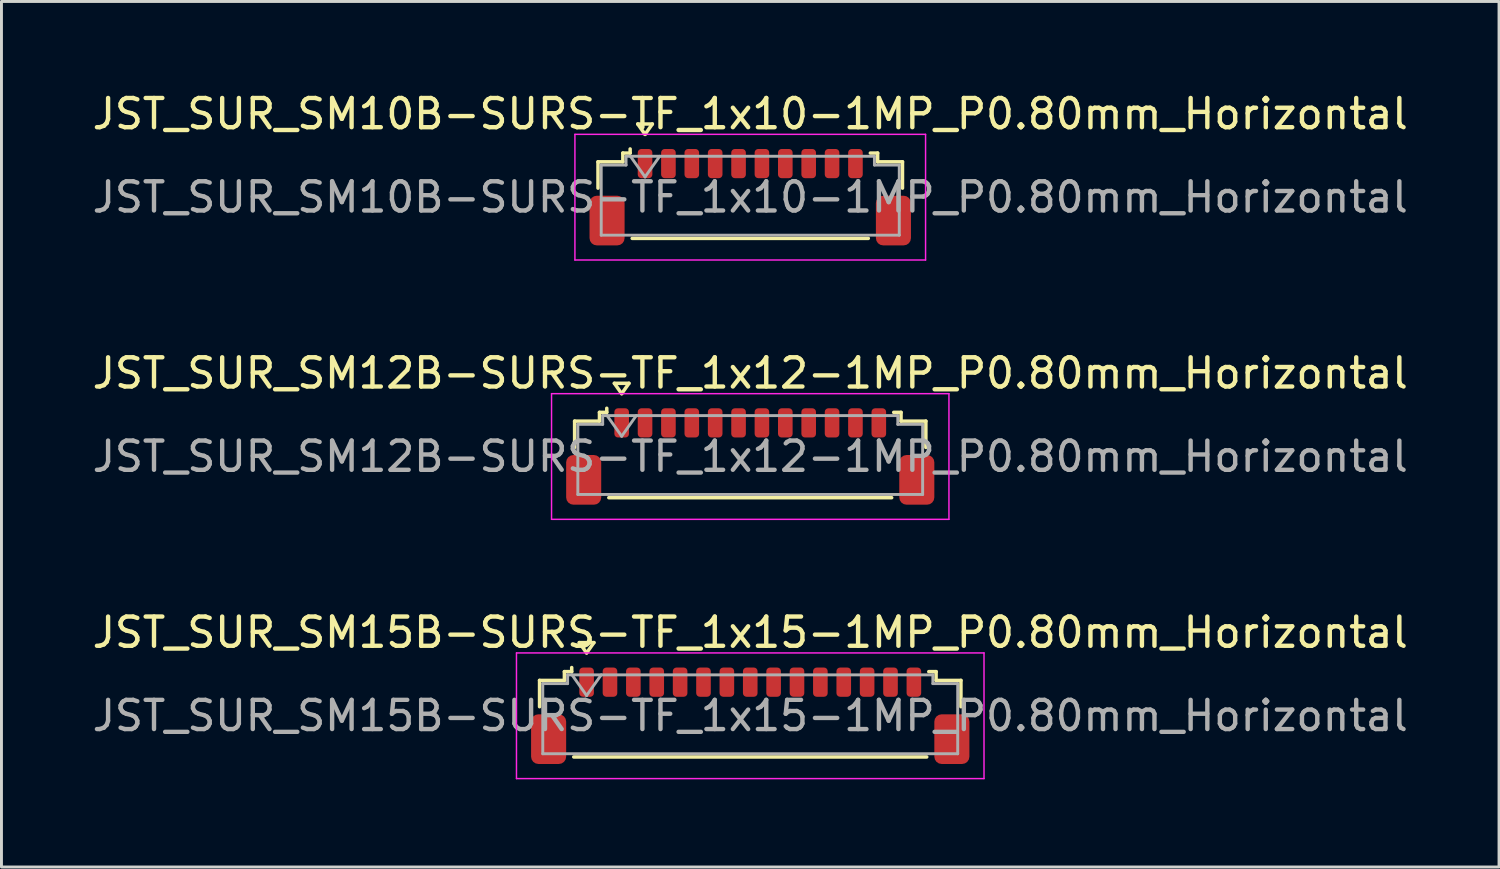
<source format=kicad_pcb>
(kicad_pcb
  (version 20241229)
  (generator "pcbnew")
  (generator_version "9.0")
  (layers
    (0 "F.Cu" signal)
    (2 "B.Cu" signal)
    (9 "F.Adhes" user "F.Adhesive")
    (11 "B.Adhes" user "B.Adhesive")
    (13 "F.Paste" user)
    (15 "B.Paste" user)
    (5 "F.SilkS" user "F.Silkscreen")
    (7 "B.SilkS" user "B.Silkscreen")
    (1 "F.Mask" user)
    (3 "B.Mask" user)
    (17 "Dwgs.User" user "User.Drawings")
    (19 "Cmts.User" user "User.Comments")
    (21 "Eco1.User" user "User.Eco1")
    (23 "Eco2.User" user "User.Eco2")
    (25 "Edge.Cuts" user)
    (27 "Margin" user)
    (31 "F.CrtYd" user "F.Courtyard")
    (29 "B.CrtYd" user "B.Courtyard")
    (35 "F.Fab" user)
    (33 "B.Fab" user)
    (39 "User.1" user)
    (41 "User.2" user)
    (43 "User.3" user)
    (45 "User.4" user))
  (footprint "JST_SUR_SM15B-SURS-TF_1x15-1MP_P0.80mm_Horizontal"
    (layer "F.Cu")
    (at 22.625 21.445)
    (property "Reference" "JST_SUR_SM15B-SURS-TF_1x15-1MP_P0.80mm_Horizontal" (at 0 -2.85 0) (layer "F.SilkS") (effects (font (size 1 1) (thickness 0.15))))
    (attr smd)
    (fp_line (start -7.21 -1.21) (end -6.36 -1.21) (stroke (width 0.12) (type solid)) (layer "F.SilkS"))
    (fp_line (start -7.21 -0.31) (end -7.21 -1.21) (stroke (width 0.12) (type solid)) (layer "F.SilkS"))
    (fp_line (start -6.36 -1.51) (end -6.11 -1.51) (stroke (width 0.12) (type solid)) (layer "F.SilkS"))
    (fp_line (start -6.36 -1.21) (end -6.36 -1.51) (stroke (width 0.12) (type solid)) (layer "F.SilkS"))
    (fp_line (start -6.11 -1.51) (end -6.11 -1.65) (stroke (width 0.12) (type solid)) (layer "F.SilkS"))
    (fp_line (start -6.04 1.41) (end 6.04 1.41) (stroke (width 0.12) (type solid)) (layer "F.SilkS"))
    (fp_line (start -5.85 -2.504) (end -5.6 -2.15) (stroke (width 0.12) (type solid)) (layer "F.SilkS"))
    (fp_line (start -5.6 -2.15) (end -5.35 -2.504) (stroke (width 0.12) (type solid)) (layer "F.SilkS"))
    (fp_line (start -5.35 -2.504) (end -5.85 -2.504) (stroke (width 0.12) (type solid)) (layer "F.SilkS"))
    (fp_line (start 6.36 -1.51) (end 6.11 -1.51) (stroke (width 0.12) (type solid)) (layer "F.SilkS"))
    (fp_line (start 6.36 -1.21) (end 6.36 -1.51) (stroke (width 0.12) (type solid)) (layer "F.SilkS"))
    (fp_line (start 7.21 -1.21) (end 6.36 -1.21) (stroke (width 0.12) (type solid)) (layer "F.SilkS"))
    (fp_line (start 7.21 -0.31) (end 7.21 -1.21) (stroke (width 0.12) (type solid)) (layer "F.SilkS"))
    (fp_line (start -8 -2.15) (end -8 2.15) (stroke (width 0.05) (type solid)) (layer "F.CrtYd"))
    (fp_line (start -8 2.15) (end 8 2.15) (stroke (width 0.05) (type solid)) (layer "F.CrtYd"))
    (fp_line (start 8 -2.15) (end -8 -2.15) (stroke (width 0.05) (type solid)) (layer "F.CrtYd"))
    (fp_line (start 8 2.15) (end 8 -2.15) (stroke (width 0.05) (type solid)) (layer "F.CrtYd"))
    (fp_line (start -7.1 -1.1) (end -7.1 1.3) (stroke (width 0.1) (type solid)) (layer "F.Fab"))
    (fp_line (start -7.1 -1.1) (end -6.25 -1.1) (stroke (width 0.1) (type solid)) (layer "F.Fab"))
    (fp_line (start -7.1 1.3) (end 7.1 1.3) (stroke (width 0.1) (type solid)) (layer "F.Fab"))
    (fp_line (start -6.25 -1.4) (end 6.25 -1.4) (stroke (width 0.1) (type solid)) (layer "F.Fab"))
    (fp_line (start -6.25 -1.1) (end -6.25 -1.4) (stroke (width 0.1) (type solid)) (layer "F.Fab"))
    (fp_line (start -6.1 -1.4) (end -5.6 -0.693) (stroke (width 0.1) (type solid)) (layer "F.Fab"))
    (fp_line (start -5.6 -0.693) (end -5.1 -1.4) (stroke (width 0.1) (type solid)) (layer "F.Fab"))
    (fp_line (start 6.25 -1.4) (end 6.25 -1.1) (stroke (width 0.1) (type solid)) (layer "F.Fab"))
    (fp_line (start 6.25 -1.1) (end 7.1 -1.1) (stroke (width 0.1) (type solid)) (layer "F.Fab"))
    (fp_line (start 7.1 -1.1) (end 7.1 1.3) (stroke (width 0.1) (type solid)) (layer "F.Fab"))
    (fp_text user "${REFERENCE}" (at 0 0 0) (layer "F.Fab") (effects (font (size 1 1) (thickness 0.15))))
    (pad "1" smd roundrect (at -5.6 -1.15) (size 0.5 1) (layers "F.Cu" "F.Mask" "F.Paste") (roundrect_rratio 0.25))
    (pad "2" smd roundrect (at -4.8 -1.15) (size 0.5 1) (layers "F.Cu" "F.Mask" "F.Paste") (roundrect_rratio 0.25))
    (pad "3" smd roundrect (at -4 -1.15) (size 0.5 1) (layers "F.Cu" "F.Mask" "F.Paste") (roundrect_rratio 0.25))
    (pad "4" smd roundrect (at -3.2 -1.15) (size 0.5 1) (layers "F.Cu" "F.Mask" "F.Paste") (roundrect_rratio 0.25))
    (pad "5" smd roundrect (at -2.4 -1.15) (size 0.5 1) (layers "F.Cu" "F.Mask" "F.Paste") (roundrect_rratio 0.25))
    (pad "6" smd roundrect (at -1.6 -1.15) (size 0.5 1) (layers "F.Cu" "F.Mask" "F.Paste") (roundrect_rratio 0.25))
    (pad "7" smd roundrect (at -0.8 -1.15) (size 0.5 1) (layers "F.Cu" "F.Mask" "F.Paste") (roundrect_rratio 0.25))
    (pad "8" smd roundrect (at 0 -1.15) (size 0.5 1) (layers "F.Cu" "F.Mask" "F.Paste") (roundrect_rratio 0.25))
    (pad "9" smd roundrect (at 0.8 -1.15) (size 0.5 1) (layers "F.Cu" "F.Mask" "F.Paste") (roundrect_rratio 0.25))
    (pad "10" smd roundrect (at 1.6 -1.15) (size 0.5 1) (layers "F.Cu" "F.Mask" "F.Paste") (roundrect_rratio 0.25))
    (pad "11" smd roundrect (at 2.4 -1.15) (size 0.5 1) (layers "F.Cu" "F.Mask" "F.Paste") (roundrect_rratio 0.25))
    (pad "12" smd roundrect (at 3.2 -1.15) (size 0.5 1) (layers "F.Cu" "F.Mask" "F.Paste") (roundrect_rratio 0.25))
    (pad "13" smd roundrect (at 4 -1.15) (size 0.5 1) (layers "F.Cu" "F.Mask" "F.Paste") (roundrect_rratio 0.25))
    (pad "14" smd roundrect (at 4.8 -1.15) (size 0.5 1) (layers "F.Cu" "F.Mask" "F.Paste") (roundrect_rratio 0.25))
    (pad "15" smd roundrect (at 5.6 -1.15) (size 0.5 1) (layers "F.Cu" "F.Mask" "F.Paste") (roundrect_rratio 0.25))
    (pad "MP" smd roundrect (at -6.9 0.8) (size 1.2 1.7) (layers "F.Cu" "F.Mask" "F.Paste") (roundrect_rratio 0.208))
    (pad "MP" smd roundrect (at 6.9 0.8) (size 1.2 1.7) (layers "F.Cu" "F.Mask" "F.Paste") (roundrect_rratio 0.208)))
  (footprint "JST_SUR_SM10B-SURS-TF_1x10-1MP_P0.80mm_Horizontal"
    (layer "F.Cu")
    (at 22.625 3.698)
    (property "Reference" "JST_SUR_SM10B-SURS-TF_1x10-1MP_P0.80mm_Horizontal" (at 0 -2.85 0) (layer "F.SilkS") (effects (font (size 1 1) (thickness 0.15))))
    (attr smd)
    (fp_line (start -5.21 -1.21) (end -4.36 -1.21) (stroke (width 0.12) (type solid)) (layer "F.SilkS"))
    (fp_line (start -5.21 -0.31) (end -5.21 -1.21) (stroke (width 0.12) (type solid)) (layer "F.SilkS"))
    (fp_line (start -4.36 -1.51) (end -4.11 -1.51) (stroke (width 0.12) (type solid)) (layer "F.SilkS"))
    (fp_line (start -4.36 -1.21) (end -4.36 -1.51) (stroke (width 0.12) (type solid)) (layer "F.SilkS"))
    (fp_line (start -4.11 -1.51) (end -4.11 -1.65) (stroke (width 0.12) (type solid)) (layer "F.SilkS"))
    (fp_line (start -4.04 1.41) (end 4.04 1.41) (stroke (width 0.12) (type solid)) (layer "F.SilkS"))
    (fp_line (start -3.85 -2.504) (end -3.6 -2.15) (stroke (width 0.12) (type solid)) (layer "F.SilkS"))
    (fp_line (start -3.6 -2.15) (end -3.35 -2.504) (stroke (width 0.12) (type solid)) (layer "F.SilkS"))
    (fp_line (start -3.35 -2.504) (end -3.85 -2.504) (stroke (width 0.12) (type solid)) (layer "F.SilkS"))
    (fp_line (start 4.36 -1.51) (end 4.11 -1.51) (stroke (width 0.12) (type solid)) (layer "F.SilkS"))
    (fp_line (start 4.36 -1.21) (end 4.36 -1.51) (stroke (width 0.12) (type solid)) (layer "F.SilkS"))
    (fp_line (start 5.21 -1.21) (end 4.36 -1.21) (stroke (width 0.12) (type solid)) (layer "F.SilkS"))
    (fp_line (start 5.21 -0.31) (end 5.21 -1.21) (stroke (width 0.12) (type solid)) (layer "F.SilkS"))
    (fp_line (start -6 -2.15) (end -6 2.15) (stroke (width 0.05) (type solid)) (layer "F.CrtYd"))
    (fp_line (start -6 2.15) (end 6 2.15) (stroke (width 0.05) (type solid)) (layer "F.CrtYd"))
    (fp_line (start 6 -2.15) (end -6 -2.15) (stroke (width 0.05) (type solid)) (layer "F.CrtYd"))
    (fp_line (start 6 2.15) (end 6 -2.15) (stroke (width 0.05) (type solid)) (layer "F.CrtYd"))
    (fp_line (start -5.1 -1.1) (end -5.1 1.3) (stroke (width 0.1) (type solid)) (layer "F.Fab"))
    (fp_line (start -5.1 -1.1) (end -4.25 -1.1) (stroke (width 0.1) (type solid)) (layer "F.Fab"))
    (fp_line (start -5.1 1.3) (end 5.1 1.3) (stroke (width 0.1) (type solid)) (layer "F.Fab"))
    (fp_line (start -4.25 -1.4) (end 4.25 -1.4) (stroke (width 0.1) (type solid)) (layer "F.Fab"))
    (fp_line (start -4.25 -1.1) (end -4.25 -1.4) (stroke (width 0.1) (type solid)) (layer "F.Fab"))
    (fp_line (start -4.1 -1.4) (end -3.6 -0.693) (stroke (width 0.1) (type solid)) (layer "F.Fab"))
    (fp_line (start -3.6 -0.693) (end -3.1 -1.4) (stroke (width 0.1) (type solid)) (layer "F.Fab"))
    (fp_line (start 4.25 -1.4) (end 4.25 -1.1) (stroke (width 0.1) (type solid)) (layer "F.Fab"))
    (fp_line (start 4.25 -1.1) (end 5.1 -1.1) (stroke (width 0.1) (type solid)) (layer "F.Fab"))
    (fp_line (start 5.1 -1.1) (end 5.1 1.3) (stroke (width 0.1) (type solid)) (layer "F.Fab"))
    (fp_text user "${REFERENCE}" (at 0 0 0) (layer "F.Fab") (effects (font (size 1 1) (thickness 0.15))))
    (pad "1" smd roundrect (at -3.6 -1.15) (size 0.5 1) (layers "F.Cu" "F.Mask" "F.Paste") (roundrect_rratio 0.25))
    (pad "2" smd roundrect (at -2.8 -1.15) (size 0.5 1) (layers "F.Cu" "F.Mask" "F.Paste") (roundrect_rratio 0.25))
    (pad "3" smd roundrect (at -2 -1.15) (size 0.5 1) (layers "F.Cu" "F.Mask" "F.Paste") (roundrect_rratio 0.25))
    (pad "4" smd roundrect (at -1.2 -1.15) (size 0.5 1) (layers "F.Cu" "F.Mask" "F.Paste") (roundrect_rratio 0.25))
    (pad "5" smd roundrect (at -0.4 -1.15) (size 0.5 1) (layers "F.Cu" "F.Mask" "F.Paste") (roundrect_rratio 0.25))
    (pad "6" smd roundrect (at 0.4 -1.15) (size 0.5 1) (layers "F.Cu" "F.Mask" "F.Paste") (roundrect_rratio 0.25))
    (pad "7" smd roundrect (at 1.2 -1.15) (size 0.5 1) (layers "F.Cu" "F.Mask" "F.Paste") (roundrect_rratio 0.25))
    (pad "8" smd roundrect (at 2 -1.15) (size 0.5 1) (layers "F.Cu" "F.Mask" "F.Paste") (roundrect_rratio 0.25))
    (pad "9" smd roundrect (at 2.8 -1.15) (size 0.5 1) (layers "F.Cu" "F.Mask" "F.Paste") (roundrect_rratio 0.25))
    (pad "10" smd roundrect (at 3.6 -1.15) (size 0.5 1) (layers "F.Cu" "F.Mask" "F.Paste") (roundrect_rratio 0.25))
    (pad "MP" smd roundrect (at -4.9 0.8) (size 1.2 1.7) (layers "F.Cu" "F.Mask" "F.Paste") (roundrect_rratio 0.208))
    (pad "MP" smd roundrect (at 4.9 0.8) (size 1.2 1.7) (layers "F.Cu" "F.Mask" "F.Paste") (roundrect_rratio 0.208)))
  (footprint "JST_SUR_SM12B-SURS-TF_1x12-1MP_P0.80mm_Horizontal"
    (layer "F.Cu")
    (at 22.625 12.572)
    (property "Reference" "JST_SUR_SM12B-SURS-TF_1x12-1MP_P0.80mm_Horizontal" (at 0 -2.85 0) (layer "F.SilkS") (effects (font (size 1 1) (thickness 0.15))))
    (attr smd)
    (fp_line (start -6.01 -1.21) (end -5.16 -1.21) (stroke (width 0.12) (type solid)) (layer "F.SilkS"))
    (fp_line (start -6.01 -0.31) (end -6.01 -1.21) (stroke (width 0.12) (type solid)) (layer "F.SilkS"))
    (fp_line (start -5.16 -1.51) (end -4.91 -1.51) (stroke (width 0.12) (type solid)) (layer "F.SilkS"))
    (fp_line (start -5.16 -1.21) (end -5.16 -1.51) (stroke (width 0.12) (type solid)) (layer "F.SilkS"))
    (fp_line (start -4.91 -1.51) (end -4.91 -1.65) (stroke (width 0.12) (type solid)) (layer "F.SilkS"))
    (fp_line (start -4.84 1.41) (end 4.84 1.41) (stroke (width 0.12) (type solid)) (layer "F.SilkS"))
    (fp_line (start -4.65 -2.504) (end -4.4 -2.15) (stroke (width 0.12) (type solid)) (layer "F.SilkS"))
    (fp_line (start -4.4 -2.15) (end -4.15 -2.504) (stroke (width 0.12) (type solid)) (layer "F.SilkS"))
    (fp_line (start -4.15 -2.504) (end -4.65 -2.504) (stroke (width 0.12) (type solid)) (layer "F.SilkS"))
    (fp_line (start 5.16 -1.51) (end 4.91 -1.51) (stroke (width 0.12) (type solid)) (layer "F.SilkS"))
    (fp_line (start 5.16 -1.21) (end 5.16 -1.51) (stroke (width 0.12) (type solid)) (layer "F.SilkS"))
    (fp_line (start 6.01 -1.21) (end 5.16 -1.21) (stroke (width 0.12) (type solid)) (layer "F.SilkS"))
    (fp_line (start 6.01 -0.31) (end 6.01 -1.21) (stroke (width 0.12) (type solid)) (layer "F.SilkS"))
    (fp_line (start -6.8 -2.15) (end -6.8 2.15) (stroke (width 0.05) (type solid)) (layer "F.CrtYd"))
    (fp_line (start -6.8 2.15) (end 6.8 2.15) (stroke (width 0.05) (type solid)) (layer "F.CrtYd"))
    (fp_line (start 6.8 -2.15) (end -6.8 -2.15) (stroke (width 0.05) (type solid)) (layer "F.CrtYd"))
    (fp_line (start 6.8 2.15) (end 6.8 -2.15) (stroke (width 0.05) (type solid)) (layer "F.CrtYd"))
    (fp_line (start -5.9 -1.1) (end -5.9 1.3) (stroke (width 0.1) (type solid)) (layer "F.Fab"))
    (fp_line (start -5.9 -1.1) (end -5.05 -1.1) (stroke (width 0.1) (type solid)) (layer "F.Fab"))
    (fp_line (start -5.9 1.3) (end 5.9 1.3) (stroke (width 0.1) (type solid)) (layer "F.Fab"))
    (fp_line (start -5.05 -1.4) (end 5.05 -1.4) (stroke (width 0.1) (type solid)) (layer "F.Fab"))
    (fp_line (start -5.05 -1.1) (end -5.05 -1.4) (stroke (width 0.1) (type solid)) (layer "F.Fab"))
    (fp_line (start -4.9 -1.4) (end -4.4 -0.693) (stroke (width 0.1) (type solid)) (layer "F.Fab"))
    (fp_line (start -4.4 -0.693) (end -3.9 -1.4) (stroke (width 0.1) (type solid)) (layer "F.Fab"))
    (fp_line (start 5.05 -1.4) (end 5.05 -1.1) (stroke (width 0.1) (type solid)) (layer "F.Fab"))
    (fp_line (start 5.05 -1.1) (end 5.9 -1.1) (stroke (width 0.1) (type solid)) (layer "F.Fab"))
    (fp_line (start 5.9 -1.1) (end 5.9 1.3) (stroke (width 0.1) (type solid)) (layer "F.Fab"))
    (fp_text user "${REFERENCE}" (at 0 0 0) (layer "F.Fab") (effects (font (size 1 1) (thickness 0.15))))
    (pad "1" smd roundrect (at -4.4 -1.15) (size 0.5 1) (layers "F.Cu" "F.Mask" "F.Paste") (roundrect_rratio 0.25))
    (pad "2" smd roundrect (at -3.6 -1.15) (size 0.5 1) (layers "F.Cu" "F.Mask" "F.Paste") (roundrect_rratio 0.25))
    (pad "3" smd roundrect (at -2.8 -1.15) (size 0.5 1) (layers "F.Cu" "F.Mask" "F.Paste") (roundrect_rratio 0.25))
    (pad "4" smd roundrect (at -2 -1.15) (size 0.5 1) (layers "F.Cu" "F.Mask" "F.Paste") (roundrect_rratio 0.25))
    (pad "5" smd roundrect (at -1.2 -1.15) (size 0.5 1) (layers "F.Cu" "F.Mask" "F.Paste") (roundrect_rratio 0.25))
    (pad "6" smd roundrect (at -0.4 -1.15) (size 0.5 1) (layers "F.Cu" "F.Mask" "F.Paste") (roundrect_rratio 0.25))
    (pad "7" smd roundrect (at 0.4 -1.15) (size 0.5 1) (layers "F.Cu" "F.Mask" "F.Paste") (roundrect_rratio 0.25))
    (pad "8" smd roundrect (at 1.2 -1.15) (size 0.5 1) (layers "F.Cu" "F.Mask" "F.Paste") (roundrect_rratio 0.25))
    (pad "9" smd roundrect (at 2 -1.15) (size 0.5 1) (layers "F.Cu" "F.Mask" "F.Paste") (roundrect_rratio 0.25))
    (pad "10" smd roundrect (at 2.8 -1.15) (size 0.5 1) (layers "F.Cu" "F.Mask" "F.Paste") (roundrect_rratio 0.25))
    (pad "11" smd roundrect (at 3.6 -1.15) (size 0.5 1) (layers "F.Cu" "F.Mask" "F.Paste") (roundrect_rratio 0.25))
    (pad "12" smd roundrect (at 4.4 -1.15) (size 0.5 1) (layers "F.Cu" "F.Mask" "F.Paste") (roundrect_rratio 0.25))
    (pad "MP" smd roundrect (at -5.7 0.8) (size 1.2 1.7) (layers "F.Cu" "F.Mask" "F.Paste") (roundrect_rratio 0.208))
    (pad "MP" smd roundrect (at 5.7 0.8) (size 1.2 1.7) (layers "F.Cu" "F.Mask" "F.Paste") (roundrect_rratio 0.208)))
  (gr_rect
    (start -3 -3)
    (end 48.25 26.62)
    (stroke (width 0.1) (type default))
    (fill no)
    (layer "Edge.Cuts")))
</source>
